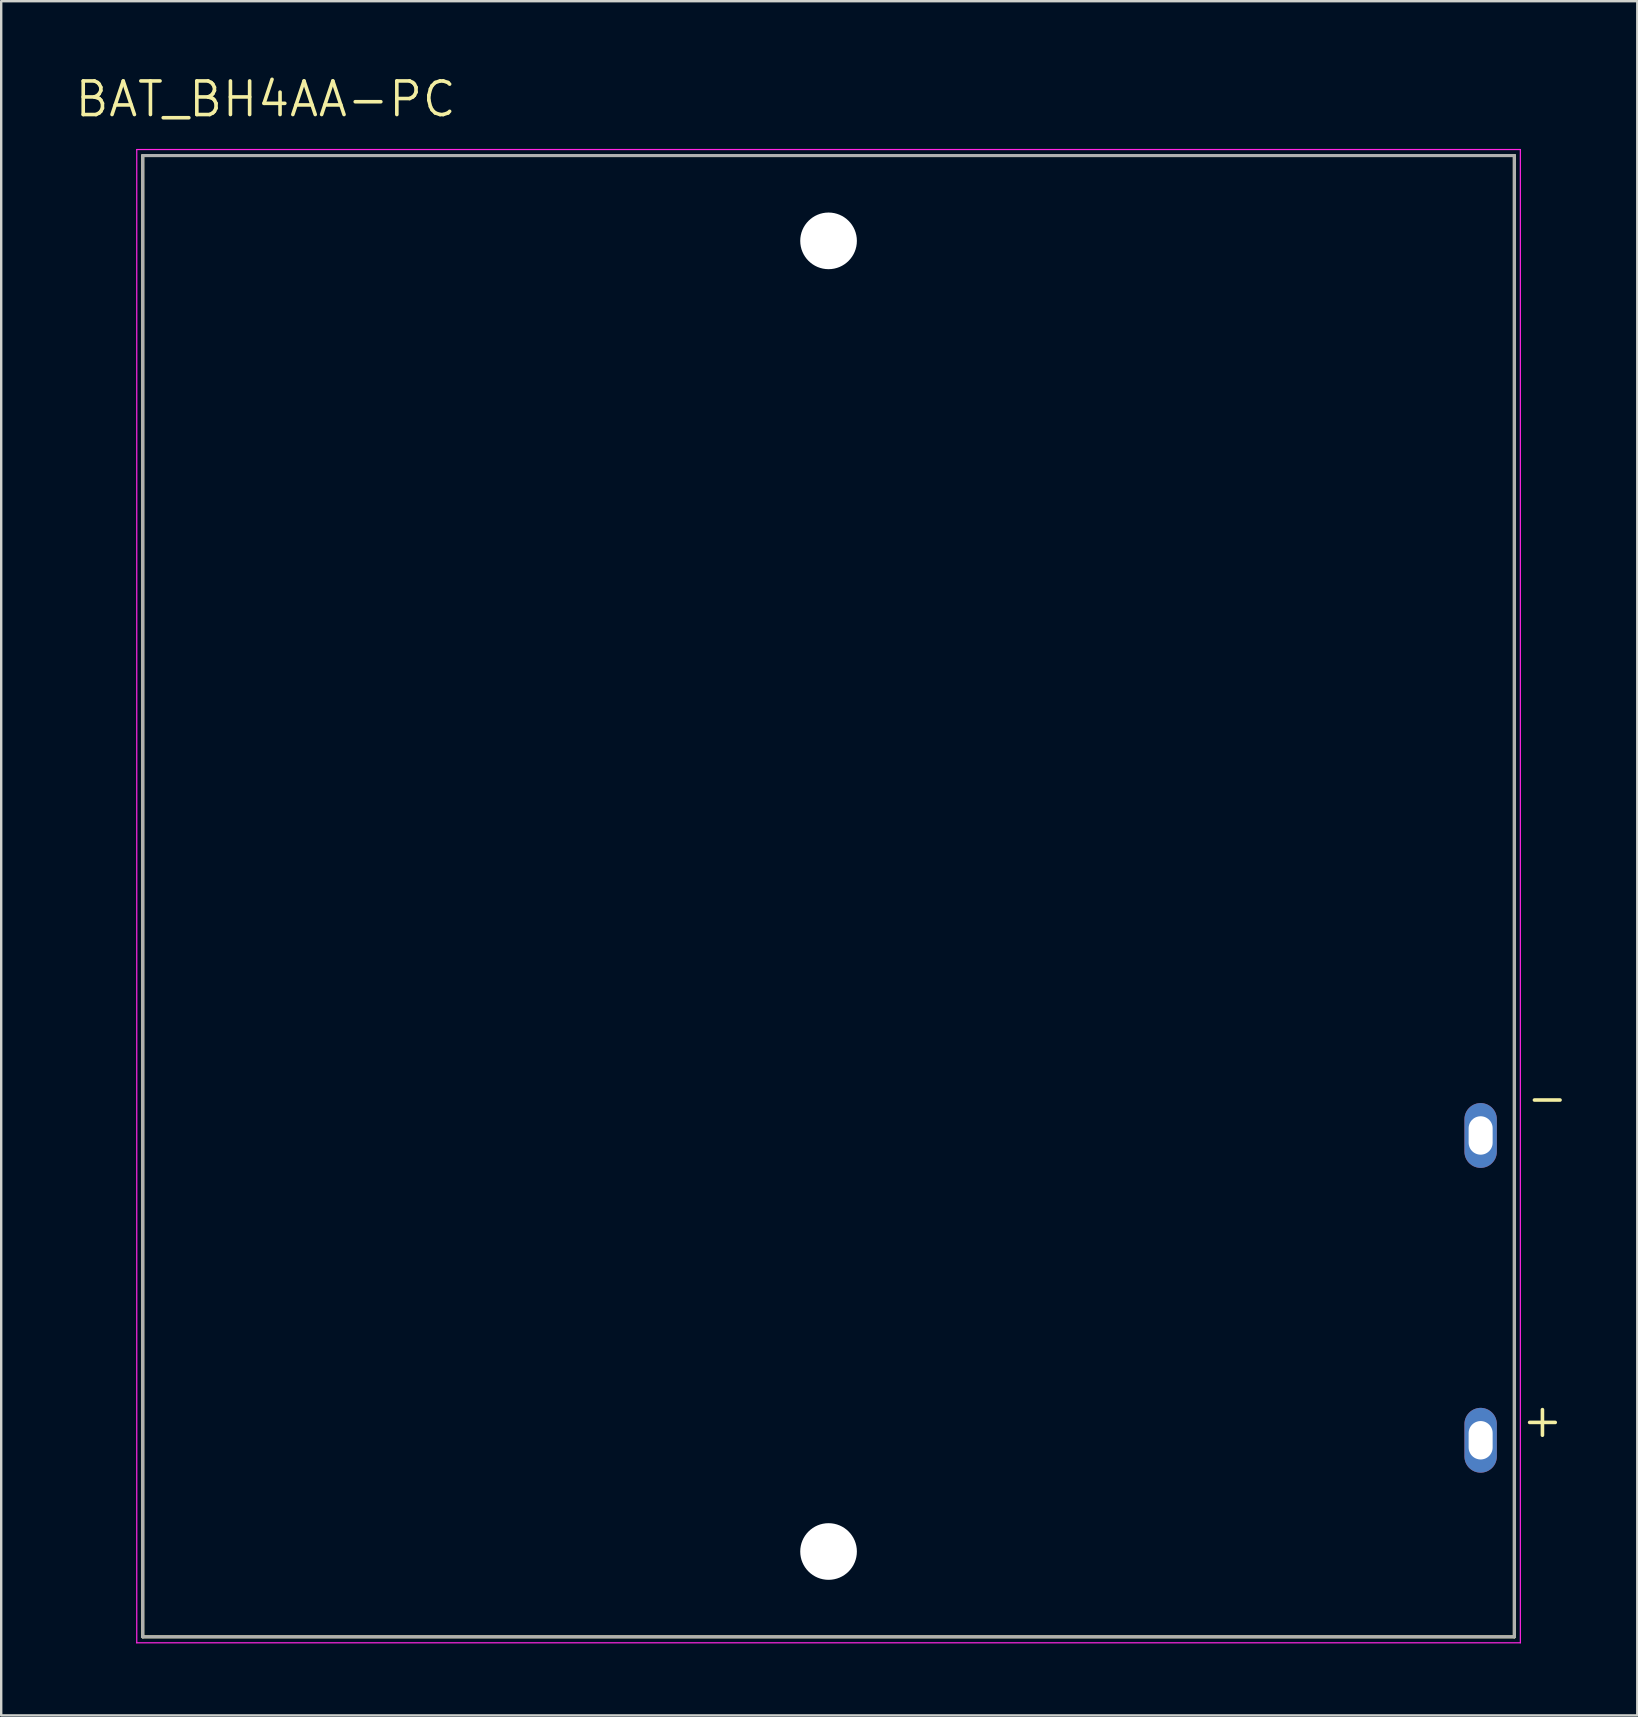
<source format=kicad_pcb>
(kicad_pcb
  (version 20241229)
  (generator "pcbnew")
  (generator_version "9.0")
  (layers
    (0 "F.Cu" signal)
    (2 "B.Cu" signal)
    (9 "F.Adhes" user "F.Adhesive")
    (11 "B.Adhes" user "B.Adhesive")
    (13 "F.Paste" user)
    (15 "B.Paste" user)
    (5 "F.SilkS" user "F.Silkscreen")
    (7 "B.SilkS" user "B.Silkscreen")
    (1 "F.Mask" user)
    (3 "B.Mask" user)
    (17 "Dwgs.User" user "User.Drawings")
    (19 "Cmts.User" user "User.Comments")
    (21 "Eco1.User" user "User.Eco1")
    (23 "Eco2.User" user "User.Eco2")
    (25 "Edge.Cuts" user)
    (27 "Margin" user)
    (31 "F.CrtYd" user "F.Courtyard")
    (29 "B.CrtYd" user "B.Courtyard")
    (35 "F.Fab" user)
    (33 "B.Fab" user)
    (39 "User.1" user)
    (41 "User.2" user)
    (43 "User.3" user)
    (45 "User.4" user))
  (footprint "BAT_BH4AA-PC"
    (layer "F.Cu")
    (at 31.473 34.291)
    (property "Reference" "BAT_BH4AA-PC" (at -23.455 -33.209 0) (layer "F.SilkS") (effects (font (size 1.4 1.4) (thickness 0.15))))
    (attr through_hole)
    (fp_line (start -28.575 -30.86) (end 28.575 -30.86) (stroke (width 0.127) (type solid)) (layer "F.SilkS"))
    (fp_line (start -28.575 30.86) (end -28.575 -30.86) (stroke (width 0.127) (type solid)) (layer "F.SilkS"))
    (fp_line (start 28.575 -30.86) (end 28.575 30.86) (stroke (width 0.127) (type solid)) (layer "F.SilkS"))
    (fp_line (start 28.575 30.86) (end -28.575 30.86) (stroke (width 0.127) (type solid)) (layer "F.SilkS"))
    (fp_line (start -28.825 -31.11) (end 28.825 -31.11) (stroke (width 0.05) (type solid)) (layer "F.CrtYd"))
    (fp_line (start -28.825 31.11) (end -28.825 -31.11) (stroke (width 0.05) (type solid)) (layer "F.CrtYd"))
    (fp_line (start 28.825 -31.11) (end 28.825 31.11) (stroke (width 0.05) (type solid)) (layer "F.CrtYd"))
    (fp_line (start 28.825 31.11) (end -28.825 31.11) (stroke (width 0.05) (type solid)) (layer "F.CrtYd"))
    (fp_line (start -28.575 -30.86) (end 28.575 -30.86) (stroke (width 0.127) (type solid)) (layer "F.Fab"))
    (fp_line (start -28.575 30.86) (end -28.575 -30.86) (stroke (width 0.127) (type solid)) (layer "F.Fab"))
    (fp_line (start 28.575 -30.86) (end 28.575 30.86) (stroke (width 0.127) (type solid)) (layer "F.Fab"))
    (fp_line (start 28.575 30.86) (end -28.575 30.86) (stroke (width 0.127) (type solid)) (layer "F.Fab"))
    (fp_text user "+" (at 29.745 21.82 0) (layer "F.SilkS") (effects (font (size 1.4 1.4) (thickness 0.15))))
    (fp_text user "_" (at 29.945 7.72 0) (layer "F.SilkS") (effects (font (size 1.4 1.4) (thickness 0.15))))
    (pad "" np_thru_hole circle (at 0 -27.305) (size 2.36 2.36) (drill 2.36) (layers "*.Cu" "*.Mask"))
    (pad "" np_thru_hole circle (at 0 27.305) (size 2.36 2.36) (drill 2.36) (layers "*.Cu" "*.Mask"))
    (pad "+" thru_hole oval (at 27.17 22.67) (size 1.35 2.7) (drill oval 1 1.6) (layers "*.Cu" "*.Mask"))
    (pad "-" thru_hole oval (at 27.17 9.97) (size 1.35 2.7) (drill oval 1 1.6) (layers "*.Cu" "*.Mask")))
  (gr_rect
    (start -3 -3)
    (end 65.17 68.426)
    (stroke (width 0.1) (type default))
    (fill no)
    (layer "Edge.Cuts")))
</source>
